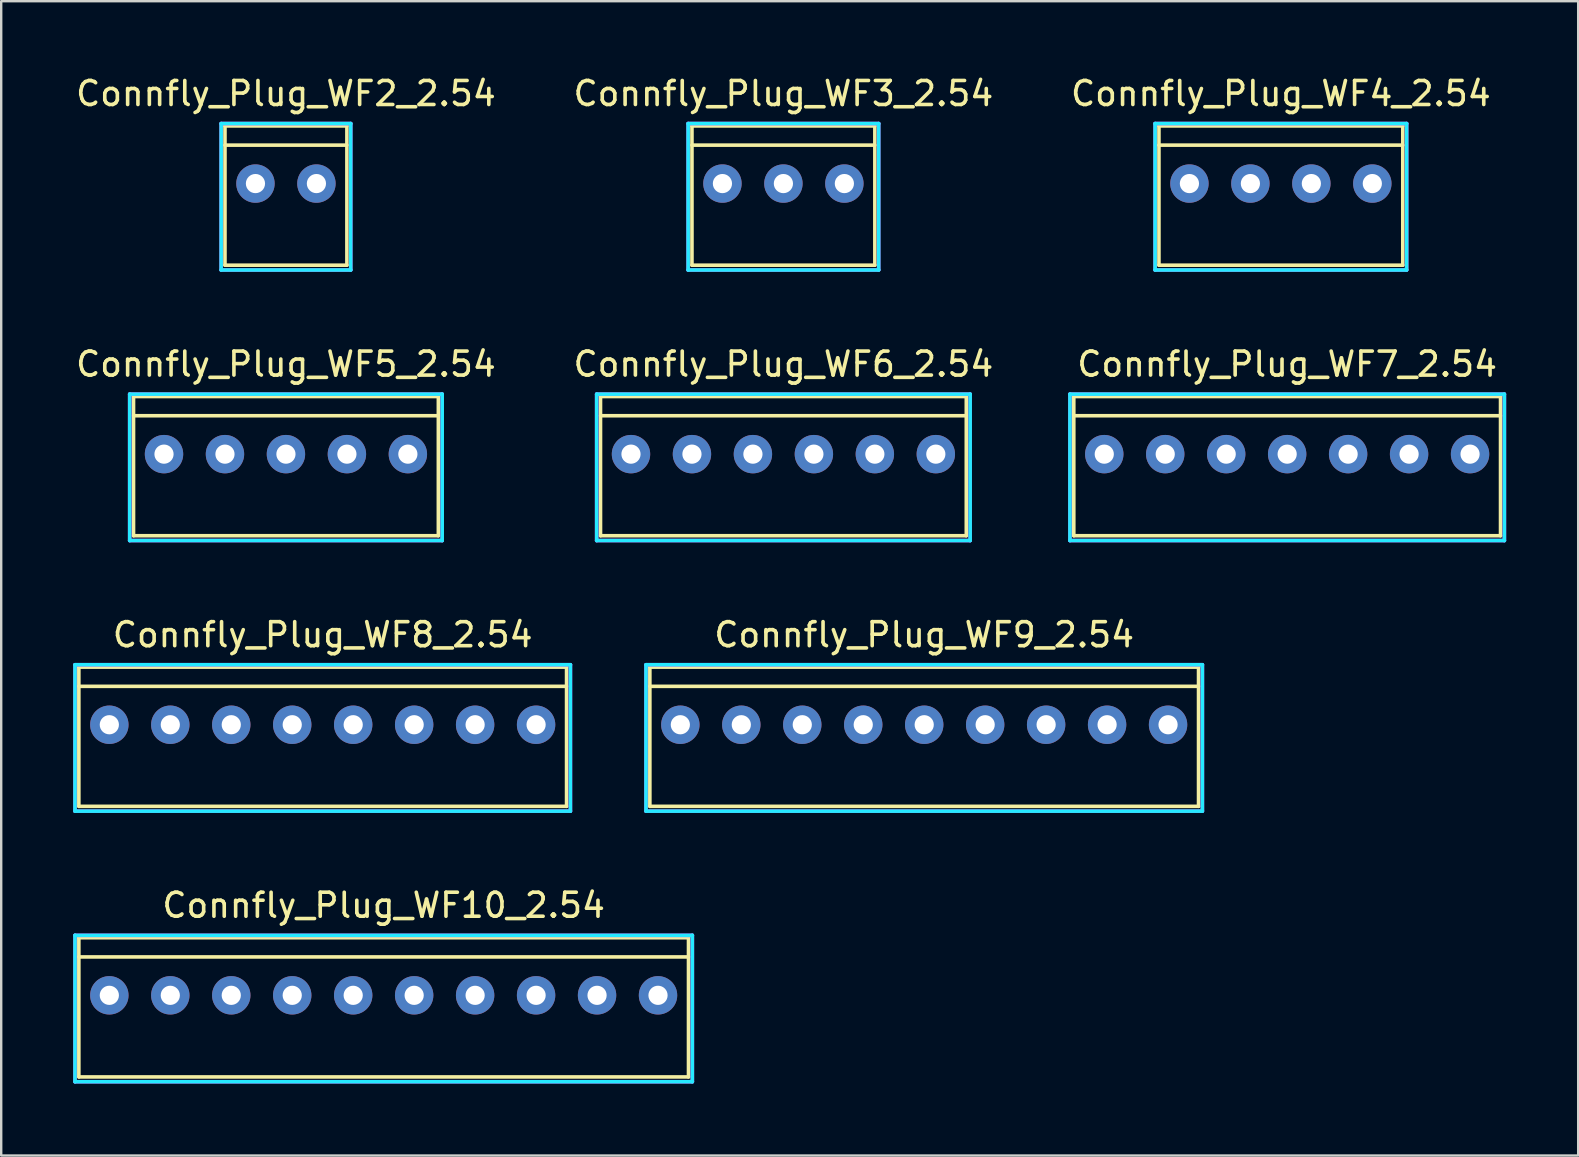
<source format=kicad_pcb>
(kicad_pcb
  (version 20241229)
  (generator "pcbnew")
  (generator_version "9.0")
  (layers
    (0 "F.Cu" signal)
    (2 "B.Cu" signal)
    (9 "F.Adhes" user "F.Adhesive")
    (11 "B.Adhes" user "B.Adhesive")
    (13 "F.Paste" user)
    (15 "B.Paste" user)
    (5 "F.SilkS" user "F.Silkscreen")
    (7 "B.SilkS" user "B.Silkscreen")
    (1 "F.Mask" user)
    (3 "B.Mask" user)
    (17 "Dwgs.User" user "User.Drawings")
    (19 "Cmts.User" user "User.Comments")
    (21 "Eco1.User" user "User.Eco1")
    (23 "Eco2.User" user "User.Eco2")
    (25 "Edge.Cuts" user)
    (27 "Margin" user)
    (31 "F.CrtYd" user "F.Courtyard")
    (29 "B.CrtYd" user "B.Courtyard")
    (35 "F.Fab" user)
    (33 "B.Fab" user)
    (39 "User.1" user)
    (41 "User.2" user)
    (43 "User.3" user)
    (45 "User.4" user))
  (footprint "Connfly_Plug_WF7_2.54"
    (layer "F.Cu")
    (at 50.577 15.871)
    (property "Reference" "Connfly_Plug_WF7_2.54" (at 0 -3.75 0) (layer "F.SilkS") (effects (font (size 1 1) (thickness 0.15))))
    (attr through_hole)
    (fp_line (start -8.89 -2.4) (end 8.89 -2.4) (stroke (width 0.15) (type solid)) (layer "F.SilkS"))
    (fp_line (start -8.89 -1.6) (end 8.89 -1.6) (stroke (width 0.15) (type solid)) (layer "F.SilkS"))
    (fp_line (start -8.89 3.4) (end -8.89 -2.4) (stroke (width 0.15) (type solid)) (layer "F.SilkS"))
    (fp_line (start 8.89 -2.4) (end 8.89 3.4) (stroke (width 0.15) (type solid)) (layer "F.SilkS"))
    (fp_line (start 8.89 3.4) (end -8.89 3.4) (stroke (width 0.15) (type solid)) (layer "F.SilkS"))
    (fp_line (start -9.05 -2.5) (end 9.05 -2.5) (stroke (width 0.15) (type solid)) (layer "B.CrtYd"))
    (fp_line (start -9.05 3.6) (end -9.05 -2.5) (stroke (width 0.15) (type solid)) (layer "B.CrtYd"))
    (fp_line (start 9.05 -2.5) (end 9.05 3.6) (stroke (width 0.15) (type solid)) (layer "B.CrtYd"))
    (fp_line (start 9.05 3.6) (end -9.05 3.6) (stroke (width 0.15) (type solid)) (layer "B.CrtYd"))
    (fp_line (start -9.05 -2.5) (end 9.05 -2.5) (stroke (width 0.15) (type solid)) (layer "F.CrtYd"))
    (fp_line (start -9.05 3.6) (end -9.05 -2.5) (stroke (width 0.15) (type solid)) (layer "F.CrtYd"))
    (fp_line (start 9.05 -2.5) (end 9.05 3.6) (stroke (width 0.15) (type solid)) (layer "F.CrtYd"))
    (fp_line (start 9.05 3.6) (end -9.05 3.6) (stroke (width 0.15) (type solid)) (layer "F.CrtYd"))
    (pad "1" thru_hole circle (at -7.62 0) (size 1.6 1.6) (drill 0.8) (layers "*.Cu" "*.Mask"))
    (pad "2" thru_hole circle (at -5.08 0) (size 1.6 1.6) (drill 0.8) (layers "*.Cu" "*.Mask"))
    (pad "3" thru_hole circle (at -2.54 0) (size 1.6 1.6) (drill 0.8) (layers "*.Cu" "*.Mask"))
    (pad "4" thru_hole circle (at 0 0) (size 1.6 1.6) (drill 0.8) (layers "*.Cu" "*.Mask"))
    (pad "5" thru_hole circle (at 2.54 0) (size 1.6 1.6) (drill 0.8) (layers "*.Cu" "*.Mask"))
    (pad "6" thru_hole circle (at 5.08 0) (size 1.6 1.6) (drill 0.8) (layers "*.Cu" "*.Mask"))
    (pad "7" thru_hole circle (at 7.62 0) (size 1.6 1.6) (drill 0.8) (layers "*.Cu" "*.Mask")))
  (footprint "Connfly_Plug_WF10_2.54"
    (layer "F.Cu")
    (at 12.935 38.418)
    (property "Reference" "Connfly_Plug_WF10_2.54" (at 0 -3.75 0) (layer "F.SilkS") (effects (font (size 1 1) (thickness 0.15))))
    (attr through_hole)
    (fp_line (start -12.7 -2.4) (end 12.7 -2.4) (stroke (width 0.15) (type solid)) (layer "F.SilkS"))
    (fp_line (start -12.7 -1.6) (end 12.7 -1.6) (stroke (width 0.15) (type solid)) (layer "F.SilkS"))
    (fp_line (start -12.7 3.4) (end -12.7 -2.4) (stroke (width 0.15) (type solid)) (layer "F.SilkS"))
    (fp_line (start 12.7 -2.4) (end 12.7 3.4) (stroke (width 0.15) (type solid)) (layer "F.SilkS"))
    (fp_line (start 12.7 3.4) (end -12.7 3.4) (stroke (width 0.15) (type solid)) (layer "F.SilkS"))
    (fp_line (start -12.86 -2.5) (end 12.86 -2.5) (stroke (width 0.15) (type solid)) (layer "B.CrtYd"))
    (fp_line (start -12.86 3.6) (end -12.86 -2.5) (stroke (width 0.15) (type solid)) (layer "B.CrtYd"))
    (fp_line (start 12.86 -2.5) (end 12.86 3.6) (stroke (width 0.15) (type solid)) (layer "B.CrtYd"))
    (fp_line (start 12.86 3.6) (end -12.86 3.6) (stroke (width 0.15) (type solid)) (layer "B.CrtYd"))
    (fp_line (start -12.86 -2.5) (end 12.86 -2.5) (stroke (width 0.15) (type solid)) (layer "F.CrtYd"))
    (fp_line (start -12.86 3.6) (end -12.86 -2.5) (stroke (width 0.15) (type solid)) (layer "F.CrtYd"))
    (fp_line (start 12.86 -2.5) (end 12.86 3.6) (stroke (width 0.15) (type solid)) (layer "F.CrtYd"))
    (fp_line (start 12.86 3.6) (end -12.86 3.6) (stroke (width 0.15) (type solid)) (layer "F.CrtYd"))
    (pad "1" thru_hole circle (at -11.43 0) (size 1.6 1.6) (drill 0.8) (layers "*.Cu" "*.Mask"))
    (pad "2" thru_hole circle (at -8.89 0) (size 1.6 1.6) (drill 0.8) (layers "*.Cu" "*.Mask"))
    (pad "3" thru_hole circle (at -6.35 0) (size 1.6 1.6) (drill 0.8) (layers "*.Cu" "*.Mask"))
    (pad "4" thru_hole circle (at -3.81 0) (size 1.6 1.6) (drill 0.8) (layers "*.Cu" "*.Mask"))
    (pad "5" thru_hole circle (at -1.27 0) (size 1.6 1.6) (drill 0.8) (layers "*.Cu" "*.Mask"))
    (pad "6" thru_hole circle (at 1.27 0) (size 1.6 1.6) (drill 0.8) (layers "*.Cu" "*.Mask"))
    (pad "7" thru_hole circle (at 3.81 0) (size 1.6 1.6) (drill 0.8) (layers "*.Cu" "*.Mask"))
    (pad "8" thru_hole circle (at 6.35 0) (size 1.6 1.6) (drill 0.8) (layers "*.Cu" "*.Mask"))
    (pad "9" thru_hole circle (at 8.89 0) (size 1.6 1.6) (drill 0.8) (layers "*.Cu" "*.Mask"))
    (pad "10" thru_hole circle (at 11.43 0) (size 1.6 1.6) (drill 0.8) (layers "*.Cu" "*.Mask")))
  (footprint "Connfly_Plug_WF3_2.54"
    (layer "F.Cu")
    (at 29.589 4.598)
    (property "Reference" "Connfly_Plug_WF3_2.54" (at 0 -3.75 0) (layer "F.SilkS") (effects (font (size 1 1) (thickness 0.15))))
    (attr through_hole)
    (fp_line (start -3.81 -2.4) (end 3.81 -2.4) (stroke (width 0.15) (type solid)) (layer "F.SilkS"))
    (fp_line (start -3.81 -1.6) (end 3.81 -1.6) (stroke (width 0.15) (type solid)) (layer "F.SilkS"))
    (fp_line (start -3.81 3.4) (end -3.81 -2.4) (stroke (width 0.15) (type solid)) (layer "F.SilkS"))
    (fp_line (start 3.81 -2.4) (end 3.81 3.4) (stroke (width 0.15) (type solid)) (layer "F.SilkS"))
    (fp_line (start 3.81 3.4) (end -3.81 3.4) (stroke (width 0.15) (type solid)) (layer "F.SilkS"))
    (fp_line (start -3.97 -2.5) (end 3.97 -2.5) (stroke (width 0.15) (type solid)) (layer "B.CrtYd"))
    (fp_line (start -3.97 3.6) (end -3.97 -2.5) (stroke (width 0.15) (type solid)) (layer "B.CrtYd"))
    (fp_line (start 3.97 -2.5) (end 3.97 3.6) (stroke (width 0.15) (type solid)) (layer "B.CrtYd"))
    (fp_line (start 3.97 3.6) (end -3.97 3.6) (stroke (width 0.15) (type solid)) (layer "B.CrtYd"))
    (fp_line (start -3.97 -2.5) (end 3.97 -2.5) (stroke (width 0.15) (type solid)) (layer "F.CrtYd"))
    (fp_line (start -3.97 3.6) (end -3.97 -2.5) (stroke (width 0.15) (type solid)) (layer "F.CrtYd"))
    (fp_line (start 3.97 -2.5) (end 3.97 3.6) (stroke (width 0.15) (type solid)) (layer "F.CrtYd"))
    (fp_line (start 3.97 3.6) (end -3.97 3.6) (stroke (width 0.15) (type solid)) (layer "F.CrtYd"))
    (pad "1" thru_hole circle (at -2.54 0) (size 1.6 1.6) (drill 0.8) (layers "*.Cu" "*.Mask"))
    (pad "2" thru_hole circle (at 0 0) (size 1.6 1.6) (drill 0.8) (layers "*.Cu" "*.Mask"))
    (pad "3" thru_hole circle (at 2.54 0) (size 1.6 1.6) (drill 0.8) (layers "*.Cu" "*.Mask")))
  (footprint "Connfly_Plug_WF6_2.54"
    (layer "F.Cu")
    (at 29.589 15.871)
    (property "Reference" "Connfly_Plug_WF6_2.54" (at 0 -3.75 0) (layer "F.SilkS") (effects (font (size 1 1) (thickness 0.15))))
    (attr through_hole)
    (fp_line (start -7.62 -2.4) (end 7.62 -2.4) (stroke (width 0.15) (type solid)) (layer "F.SilkS"))
    (fp_line (start -7.62 -1.6) (end 7.62 -1.6) (stroke (width 0.15) (type solid)) (layer "F.SilkS"))
    (fp_line (start -7.62 3.4) (end -7.62 -2.4) (stroke (width 0.15) (type solid)) (layer "F.SilkS"))
    (fp_line (start 7.62 -2.4) (end 7.62 3.4) (stroke (width 0.15) (type solid)) (layer "F.SilkS"))
    (fp_line (start 7.62 3.4) (end -7.62 3.4) (stroke (width 0.15) (type solid)) (layer "F.SilkS"))
    (fp_line (start -7.78 -2.5) (end 7.78 -2.5) (stroke (width 0.15) (type solid)) (layer "B.CrtYd"))
    (fp_line (start -7.78 3.6) (end -7.78 -2.5) (stroke (width 0.15) (type solid)) (layer "B.CrtYd"))
    (fp_line (start 7.78 -2.5) (end 7.78 3.6) (stroke (width 0.15) (type solid)) (layer "B.CrtYd"))
    (fp_line (start 7.78 3.6) (end -7.78 3.6) (stroke (width 0.15) (type solid)) (layer "B.CrtYd"))
    (fp_line (start -7.78 -2.5) (end 7.78 -2.5) (stroke (width 0.15) (type solid)) (layer "F.CrtYd"))
    (fp_line (start -7.78 3.6) (end -7.78 -2.5) (stroke (width 0.15) (type solid)) (layer "F.CrtYd"))
    (fp_line (start 7.78 -2.5) (end 7.78 3.6) (stroke (width 0.15) (type solid)) (layer "F.CrtYd"))
    (fp_line (start 7.78 3.6) (end -7.78 3.6) (stroke (width 0.15) (type solid)) (layer "F.CrtYd"))
    (pad "1" thru_hole circle (at -6.35 0) (size 1.6 1.6) (drill 0.8) (layers "*.Cu" "*.Mask"))
    (pad "2" thru_hole circle (at -3.81 0) (size 1.6 1.6) (drill 0.8) (layers "*.Cu" "*.Mask"))
    (pad "3" thru_hole circle (at -1.27 0) (size 1.6 1.6) (drill 0.8) (layers "*.Cu" "*.Mask"))
    (pad "4" thru_hole circle (at 1.27 0) (size 1.6 1.6) (drill 0.8) (layers "*.Cu" "*.Mask"))
    (pad "5" thru_hole circle (at 3.81 0) (size 1.6 1.6) (drill 0.8) (layers "*.Cu" "*.Mask"))
    (pad "6" thru_hole circle (at 6.35 0) (size 1.6 1.6) (drill 0.8) (layers "*.Cu" "*.Mask")))
  (footprint "Connfly_Plug_WF4_2.54"
    (layer "F.Cu")
    (at 50.315 4.598)
    (property "Reference" "Connfly_Plug_WF4_2.54" (at 0 -3.75 0) (layer "F.SilkS") (effects (font (size 1 1) (thickness 0.15))))
    (attr through_hole)
    (fp_line (start -5.08 -2.4) (end 5.08 -2.4) (stroke (width 0.15) (type solid)) (layer "F.SilkS"))
    (fp_line (start -5.08 -1.6) (end 5.08 -1.6) (stroke (width 0.15) (type solid)) (layer "F.SilkS"))
    (fp_line (start -5.08 3.4) (end -5.08 -2.4) (stroke (width 0.15) (type solid)) (layer "F.SilkS"))
    (fp_line (start 5.08 -2.4) (end 5.08 3.4) (stroke (width 0.15) (type solid)) (layer "F.SilkS"))
    (fp_line (start 5.08 3.4) (end -5.08 3.4) (stroke (width 0.15) (type solid)) (layer "F.SilkS"))
    (fp_line (start -5.24 -2.5) (end 5.24 -2.5) (stroke (width 0.15) (type solid)) (layer "B.CrtYd"))
    (fp_line (start -5.24 3.6) (end -5.24 -2.5) (stroke (width 0.15) (type solid)) (layer "B.CrtYd"))
    (fp_line (start 5.24 -2.5) (end 5.24 3.6) (stroke (width 0.15) (type solid)) (layer "B.CrtYd"))
    (fp_line (start 5.24 3.6) (end -5.24 3.6) (stroke (width 0.15) (type solid)) (layer "B.CrtYd"))
    (fp_line (start -5.24 -2.5) (end 5.24 -2.5) (stroke (width 0.15) (type solid)) (layer "F.CrtYd"))
    (fp_line (start -5.24 3.6) (end -5.24 -2.5) (stroke (width 0.15) (type solid)) (layer "F.CrtYd"))
    (fp_line (start 5.24 -2.5) (end 5.24 3.6) (stroke (width 0.15) (type solid)) (layer "F.CrtYd"))
    (fp_line (start 5.24 3.6) (end -5.24 3.6) (stroke (width 0.15) (type solid)) (layer "F.CrtYd"))
    (pad "1" thru_hole circle (at -3.81 0) (size 1.6 1.6) (drill 0.8) (layers "*.Cu" "*.Mask"))
    (pad "2" thru_hole circle (at -1.27 0) (size 1.6 1.6) (drill 0.8) (layers "*.Cu" "*.Mask"))
    (pad "3" thru_hole circle (at 1.27 0) (size 1.6 1.6) (drill 0.8) (layers "*.Cu" "*.Mask"))
    (pad "4" thru_hole circle (at 3.81 0) (size 1.6 1.6) (drill 0.8) (layers "*.Cu" "*.Mask")))
  (footprint "Connfly_Plug_WF8_2.54"
    (layer "F.Cu")
    (at 10.395 27.145)
    (property "Reference" "Connfly_Plug_WF8_2.54" (at 0 -3.75 0) (layer "F.SilkS") (effects (font (size 1 1) (thickness 0.15))))
    (attr through_hole)
    (fp_line (start -10.16 -2.4) (end 10.16 -2.4) (stroke (width 0.15) (type solid)) (layer "F.SilkS"))
    (fp_line (start -10.16 -1.6) (end 10.16 -1.6) (stroke (width 0.15) (type solid)) (layer "F.SilkS"))
    (fp_line (start -10.16 3.4) (end -10.16 -2.4) (stroke (width 0.15) (type solid)) (layer "F.SilkS"))
    (fp_line (start 10.16 -2.4) (end 10.16 3.4) (stroke (width 0.15) (type solid)) (layer "F.SilkS"))
    (fp_line (start 10.16 3.4) (end -10.16 3.4) (stroke (width 0.15) (type solid)) (layer "F.SilkS"))
    (fp_line (start -10.32 -2.5) (end 10.32 -2.5) (stroke (width 0.15) (type solid)) (layer "B.CrtYd"))
    (fp_line (start -10.32 3.6) (end -10.32 -2.5) (stroke (width 0.15) (type solid)) (layer "B.CrtYd"))
    (fp_line (start 10.32 -2.5) (end 10.32 3.6) (stroke (width 0.15) (type solid)) (layer "B.CrtYd"))
    (fp_line (start 10.32 3.6) (end -10.32 3.6) (stroke (width 0.15) (type solid)) (layer "B.CrtYd"))
    (fp_line (start -10.32 -2.5) (end 10.32 -2.5) (stroke (width 0.15) (type solid)) (layer "F.CrtYd"))
    (fp_line (start -10.32 3.6) (end -10.32 -2.5) (stroke (width 0.15) (type solid)) (layer "F.CrtYd"))
    (fp_line (start 10.32 -2.5) (end 10.32 3.6) (stroke (width 0.15) (type solid)) (layer "F.CrtYd"))
    (fp_line (start 10.32 3.6) (end -10.32 3.6) (stroke (width 0.15) (type solid)) (layer "F.CrtYd"))
    (pad "1" thru_hole circle (at -8.89 0) (size 1.6 1.6) (drill 0.8) (layers "*.Cu" "*.Mask"))
    (pad "2" thru_hole circle (at -6.35 0) (size 1.6 1.6) (drill 0.8) (layers "*.Cu" "*.Mask"))
    (pad "3" thru_hole circle (at -3.81 0) (size 1.6 1.6) (drill 0.8) (layers "*.Cu" "*.Mask"))
    (pad "4" thru_hole circle (at -1.27 0) (size 1.6 1.6) (drill 0.8) (layers "*.Cu" "*.Mask"))
    (pad "5" thru_hole circle (at 1.27 0) (size 1.6 1.6) (drill 0.8) (layers "*.Cu" "*.Mask"))
    (pad "6" thru_hole circle (at 3.81 0) (size 1.6 1.6) (drill 0.8) (layers "*.Cu" "*.Mask"))
    (pad "7" thru_hole circle (at 6.35 0) (size 1.6 1.6) (drill 0.8) (layers "*.Cu" "*.Mask"))
    (pad "8" thru_hole circle (at 8.89 0) (size 1.6 1.6) (drill 0.8) (layers "*.Cu" "*.Mask")))
  (footprint "Connfly_Plug_WF5_2.54"
    (layer "F.Cu")
    (at 8.863 15.871)
    (property "Reference" "Connfly_Plug_WF5_2.54" (at 0 -3.75 0) (layer "F.SilkS") (effects (font (size 1 1) (thickness 0.15))))
    (attr through_hole)
    (fp_line (start -6.35 -2.4) (end 6.35 -2.4) (stroke (width 0.15) (type solid)) (layer "F.SilkS"))
    (fp_line (start -6.35 -1.6) (end 6.35 -1.6) (stroke (width 0.15) (type solid)) (layer "F.SilkS"))
    (fp_line (start -6.35 3.4) (end -6.35 -2.4) (stroke (width 0.15) (type solid)) (layer "F.SilkS"))
    (fp_line (start 6.35 -2.4) (end 6.35 3.4) (stroke (width 0.15) (type solid)) (layer "F.SilkS"))
    (fp_line (start 6.35 3.4) (end -6.35 3.4) (stroke (width 0.15) (type solid)) (layer "F.SilkS"))
    (fp_line (start -6.51 -2.5) (end 6.51 -2.5) (stroke (width 0.15) (type solid)) (layer "B.CrtYd"))
    (fp_line (start -6.51 3.6) (end -6.51 -2.5) (stroke (width 0.15) (type solid)) (layer "B.CrtYd"))
    (fp_line (start 6.51 -2.5) (end 6.51 3.6) (stroke (width 0.15) (type solid)) (layer "B.CrtYd"))
    (fp_line (start 6.51 3.6) (end -6.51 3.6) (stroke (width 0.15) (type solid)) (layer "B.CrtYd"))
    (fp_line (start -6.51 -2.5) (end 6.51 -2.5) (stroke (width 0.15) (type solid)) (layer "F.CrtYd"))
    (fp_line (start -6.51 3.6) (end -6.51 -2.5) (stroke (width 0.15) (type solid)) (layer "F.CrtYd"))
    (fp_line (start 6.51 -2.5) (end 6.51 3.6) (stroke (width 0.15) (type solid)) (layer "F.CrtYd"))
    (fp_line (start 6.51 3.6) (end -6.51 3.6) (stroke (width 0.15) (type solid)) (layer "F.CrtYd"))
    (pad "1" thru_hole circle (at -5.08 0) (size 1.6 1.6) (drill 0.8) (layers "*.Cu" "*.Mask"))
    (pad "2" thru_hole circle (at -2.54 0) (size 1.6 1.6) (drill 0.8) (layers "*.Cu" "*.Mask"))
    (pad "3" thru_hole circle (at 0 0) (size 1.6 1.6) (drill 0.8) (layers "*.Cu" "*.Mask"))
    (pad "4" thru_hole circle (at 2.54 0) (size 1.6 1.6) (drill 0.8) (layers "*.Cu" "*.Mask"))
    (pad "5" thru_hole circle (at 5.08 0) (size 1.6 1.6) (drill 0.8) (layers "*.Cu" "*.Mask")))
  (footprint "Connfly_Plug_WF2_2.54"
    (layer "F.Cu")
    (at 8.863 4.598)
    (property "Reference" "Connfly_Plug_WF2_2.54" (at 0 -3.75 0) (layer "F.SilkS") (effects (font (size 1 1) (thickness 0.15))))
    (attr through_hole)
    (fp_line (start -2.54 -2.4) (end 2.54 -2.4) (stroke (width 0.15) (type solid)) (layer "F.SilkS"))
    (fp_line (start -2.54 -1.6) (end 2.54 -1.6) (stroke (width 0.15) (type solid)) (layer "F.SilkS"))
    (fp_line (start -2.54 3.4) (end -2.54 -2.4) (stroke (width 0.15) (type solid)) (layer "F.SilkS"))
    (fp_line (start 2.54 -2.4) (end 2.54 3.4) (stroke (width 0.15) (type solid)) (layer "F.SilkS"))
    (fp_line (start 2.54 3.4) (end -2.54 3.4) (stroke (width 0.15) (type solid)) (layer "F.SilkS"))
    (fp_line (start -2.7 -2.5) (end 2.7 -2.5) (stroke (width 0.15) (type solid)) (layer "B.CrtYd"))
    (fp_line (start -2.7 3.6) (end -2.7 -2.5) (stroke (width 0.15) (type solid)) (layer "B.CrtYd"))
    (fp_line (start 2.7 -2.5) (end 2.7 3.6) (stroke (width 0.15) (type solid)) (layer "B.CrtYd"))
    (fp_line (start 2.7 3.6) (end -2.7 3.6) (stroke (width 0.15) (type solid)) (layer "B.CrtYd"))
    (fp_line (start -2.7 -2.5) (end 2.7 -2.5) (stroke (width 0.15) (type solid)) (layer "F.CrtYd"))
    (fp_line (start -2.7 3.6) (end -2.7 -2.5) (stroke (width 0.15) (type solid)) (layer "F.CrtYd"))
    (fp_line (start 2.7 -2.5) (end 2.7 3.6) (stroke (width 0.15) (type solid)) (layer "F.CrtYd"))
    (fp_line (start 2.7 3.6) (end -2.7 3.6) (stroke (width 0.15) (type solid)) (layer "F.CrtYd"))
    (pad "1" thru_hole circle (at -1.27 0) (size 1.6 1.6) (drill 0.8) (layers "*.Cu" "*.Mask"))
    (pad "2" thru_hole circle (at 1.27 0) (size 1.6 1.6) (drill 0.8) (layers "*.Cu" "*.Mask")))
  (footprint "Connfly_Plug_WF9_2.54"
    (layer "F.Cu")
    (at 35.455 27.145)
    (property "Reference" "Connfly_Plug_WF9_2.54" (at 0 -3.75 0) (layer "F.SilkS") (effects (font (size 1 1) (thickness 0.15))))
    (attr through_hole)
    (fp_line (start -11.43 -2.4) (end 11.43 -2.4) (stroke (width 0.15) (type solid)) (layer "F.SilkS"))
    (fp_line (start -11.43 -1.6) (end 11.43 -1.6) (stroke (width 0.15) (type solid)) (layer "F.SilkS"))
    (fp_line (start -11.43 3.4) (end -11.43 -2.4) (stroke (width 0.15) (type solid)) (layer "F.SilkS"))
    (fp_line (start 11.43 -2.4) (end 11.43 3.4) (stroke (width 0.15) (type solid)) (layer "F.SilkS"))
    (fp_line (start 11.43 3.4) (end -11.43 3.4) (stroke (width 0.15) (type solid)) (layer "F.SilkS"))
    (fp_line (start -11.59 -2.5) (end 11.59 -2.5) (stroke (width 0.15) (type solid)) (layer "B.CrtYd"))
    (fp_line (start -11.59 3.6) (end -11.59 -2.5) (stroke (width 0.15) (type solid)) (layer "B.CrtYd"))
    (fp_line (start 11.59 -2.5) (end 11.59 3.6) (stroke (width 0.15) (type solid)) (layer "B.CrtYd"))
    (fp_line (start 11.59 3.6) (end -11.59 3.6) (stroke (width 0.15) (type solid)) (layer "B.CrtYd"))
    (fp_line (start -11.59 -2.5) (end 11.59 -2.5) (stroke (width 0.15) (type solid)) (layer "F.CrtYd"))
    (fp_line (start -11.59 3.6) (end -11.59 -2.5) (stroke (width 0.15) (type solid)) (layer "F.CrtYd"))
    (fp_line (start 11.59 -2.5) (end 11.59 3.6) (stroke (width 0.15) (type solid)) (layer "F.CrtYd"))
    (fp_line (start 11.59 3.6) (end -11.59 3.6) (stroke (width 0.15) (type solid)) (layer "F.CrtYd"))
    (pad "1" thru_hole circle (at -10.16 0) (size 1.6 1.6) (drill 0.8) (layers "*.Cu" "*.Mask"))
    (pad "2" thru_hole circle (at -7.62 0) (size 1.6 1.6) (drill 0.8) (layers "*.Cu" "*.Mask"))
    (pad "3" thru_hole circle (at -5.08 0) (size 1.6 1.6) (drill 0.8) (layers "*.Cu" "*.Mask"))
    (pad "4" thru_hole circle (at -2.54 0) (size 1.6 1.6) (drill 0.8) (layers "*.Cu" "*.Mask"))
    (pad "5" thru_hole circle (at 0 0) (size 1.6 1.6) (drill 0.8) (layers "*.Cu" "*.Mask"))
    (pad "6" thru_hole circle (at 2.54 0) (size 1.6 1.6) (drill 0.8) (layers "*.Cu" "*.Mask"))
    (pad "7" thru_hole circle (at 5.08 0) (size 1.6 1.6) (drill 0.8) (layers "*.Cu" "*.Mask"))
    (pad "8" thru_hole circle (at 7.62 0) (size 1.6 1.6) (drill 0.8) (layers "*.Cu" "*.Mask"))
    (pad "9" thru_hole circle (at 10.16 0) (size 1.6 1.6) (drill 0.8) (layers "*.Cu" "*.Mask")))
  (gr_rect
    (start -3 -3)
    (end 62.702 45.093)
    (stroke (width 0.1) (type default))
    (fill no)
    (layer "Edge.Cuts")))
</source>
